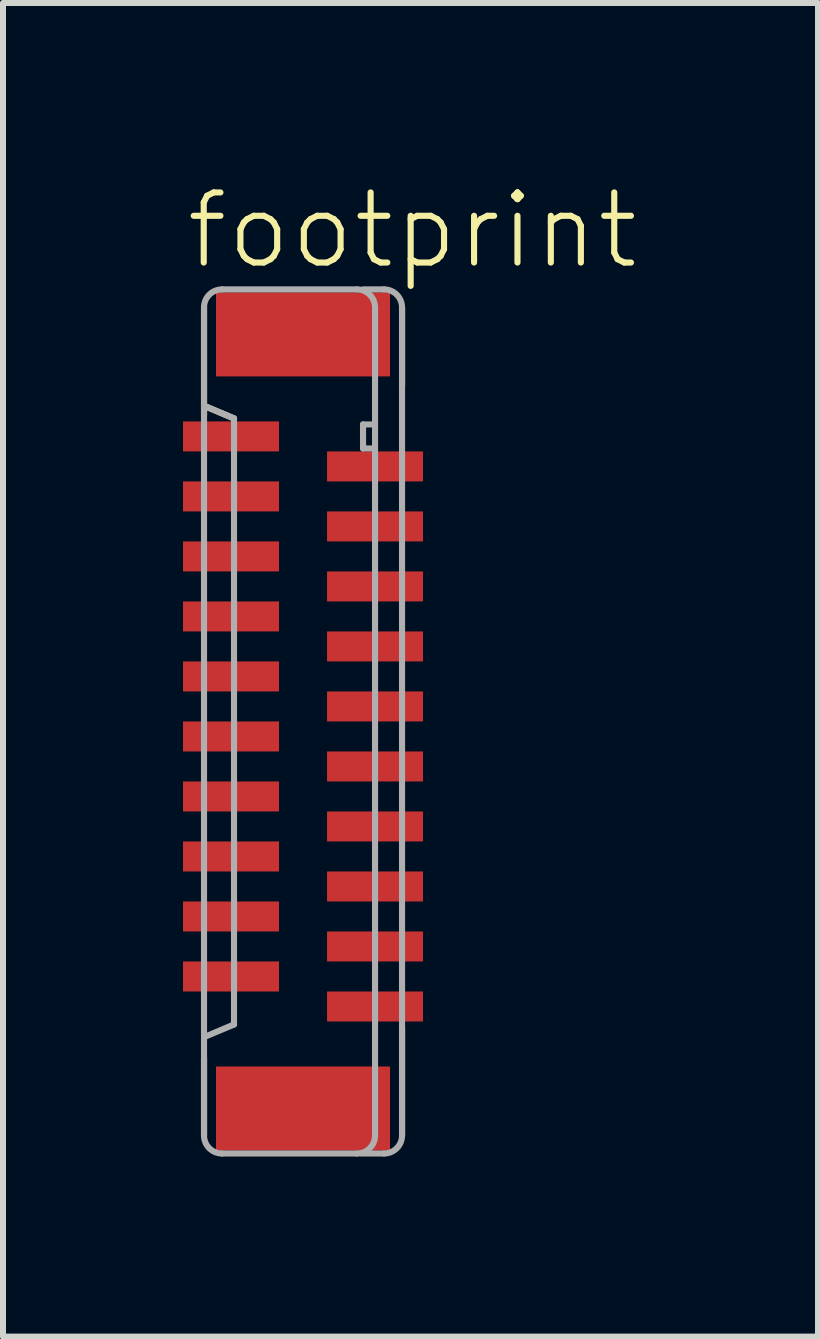
<source format=kicad_pcb>
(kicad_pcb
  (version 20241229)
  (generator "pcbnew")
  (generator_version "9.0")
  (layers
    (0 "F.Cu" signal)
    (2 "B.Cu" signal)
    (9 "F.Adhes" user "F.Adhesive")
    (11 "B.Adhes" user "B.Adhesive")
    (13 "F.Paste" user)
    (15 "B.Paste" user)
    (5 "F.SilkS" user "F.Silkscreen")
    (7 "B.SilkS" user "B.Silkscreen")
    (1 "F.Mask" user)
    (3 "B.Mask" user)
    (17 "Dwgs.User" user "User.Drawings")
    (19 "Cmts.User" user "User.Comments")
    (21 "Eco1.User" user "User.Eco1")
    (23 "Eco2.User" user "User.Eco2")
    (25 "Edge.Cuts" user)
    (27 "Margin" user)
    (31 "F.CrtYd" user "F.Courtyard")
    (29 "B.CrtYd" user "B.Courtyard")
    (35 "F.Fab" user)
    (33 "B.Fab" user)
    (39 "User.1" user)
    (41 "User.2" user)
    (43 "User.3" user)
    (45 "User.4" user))
  (footprint "footprint"
    (layer "F.Cu")
    (at 2 8.973)
    (property "Reference" "footprint" (at -2 -7.5 0) (layer "F.SilkS") (effects (font (size 1.168 1.168) (thickness 0.102)) (justify left bottom)))
    (fp_line (start -1.65 -6.9) (end -1.65 -5.1) (stroke (width 0.102) (type solid)) (layer "F.SilkS"))
    (fp_line (start -1.65 5.6) (end -1.65 6.9) (stroke (width 0.102) (type solid)) (layer "F.SilkS"))
    (fp_line (start -1.625 -5.25) (end -1.15 -5.05) (stroke (width 0.102) (type solid)) (layer "F.SilkS"))
    (fp_line (start 1.65 -5.6) (end 1.65 -6.9) (stroke (width 0.102) (type solid)) (layer "F.SilkS"))
    (fp_line (start 1.65 6.9) (end 1.65 5.1) (stroke (width 0.102) (type solid)) (layer "F.SilkS"))
    (fp_line (start -1.65 -6.9) (end -1.65 6.9) (stroke (width 0.102) (type solid)) (layer "F.Fab"))
    (fp_line (start -1.625 -5.25) (end -1.15 -5.05) (stroke (width 0.102) (type solid)) (layer "F.Fab"))
    (fp_line (start -1.35 7.2) (end 0.9 7.2) (stroke (width 0.102) (type solid)) (layer "F.Fab"))
    (fp_line (start -1.15 -5.05) (end -1.15 5.05) (stroke (width 0.102) (type solid)) (layer "F.Fab"))
    (fp_line (start -1.15 5.05) (end -1.625 5.25) (stroke (width 0.102) (type solid)) (layer "F.Fab"))
    (fp_line (start 0.9 -7.2) (end -1.35 -7.2) (stroke (width 0.102) (type solid)) (layer "F.Fab"))
    (fp_line (start 0.975 7.2) (end 1.35 7.2) (stroke (width 0.102) (type solid)) (layer "F.Fab"))
    (fp_line (start 1 -7.2) (end 1.35 -7.2) (stroke (width 0.102) (type solid)) (layer "F.Fab"))
    (fp_line (start 1 -4.95) (end 1 -4.55) (stroke (width 0.102) (type solid)) (layer "F.Fab"))
    (fp_line (start 1 -4.55) (end 1.15 -4.55) (stroke (width 0.102) (type solid)) (layer "F.Fab"))
    (fp_line (start 1.15 -4.95) (end 1 -4.95) (stroke (width 0.102) (type solid)) (layer "F.Fab"))
    (fp_line (start 1.2 6.9) (end 1.2 -6.9) (stroke (width 0.102) (type solid)) (layer "F.Fab"))
    (fp_line (start 1.65 6.9) (end 1.65 -6.9) (stroke (width 0.102) (type solid)) (layer "F.Fab"))
    (fp_arc (start -1.65 -6.9) (mid -1.562132 -7.112132) (end -1.35 -7.2) (stroke (width 0.1016) (type solid)) (layer "F.Fab"))
    (fp_arc (start -1.35 7.2) (mid -1.562132 7.112132) (end -1.65 6.9) (stroke (width 0.1016) (type solid)) (layer "F.Fab"))
    (fp_arc (start 0.9 -7.2) (mid 1.112132 -7.112132) (end 1.2 -6.9) (stroke (width 0.1016) (type solid)) (layer "F.Fab"))
    (fp_arc (start 1.2 6.9) (mid 1.112132 7.112132) (end 0.9 7.2) (stroke (width 0.1016) (type solid)) (layer "F.Fab"))
    (fp_arc (start 1.35 -7.2) (mid 1.562132 -7.112132) (end 1.65 -6.9) (stroke (width 0.1016) (type solid)) (layer "F.Fab"))
    (fp_arc (start 1.65 6.9) (mid 1.562132 7.112132) (end 1.35 7.2) (stroke (width 0.1016) (type solid)) (layer "F.Fab"))
    (pad "1" smd rect (at -1.2 -4.75 270) (size 0.5 1.6) (layers "F.Cu" "F.Mask" "F.Paste"))
    (pad "2" smd rect (at 1.2 -4.25 90) (size 0.5 1.6) (layers "F.Cu" "F.Mask" "F.Paste"))
    (pad "3" smd rect (at -1.2 -3.75 270) (size 0.5 1.6) (layers "F.Cu" "F.Mask" "F.Paste"))
    (pad "4" smd rect (at 1.2 -3.25 90) (size 0.5 1.6) (layers "F.Cu" "F.Mask" "F.Paste"))
    (pad "5" smd rect (at -1.2 -2.75 270) (size 0.5 1.6) (layers "F.Cu" "F.Mask" "F.Paste"))
    (pad "6" smd rect (at 1.2 -2.25 90) (size 0.5 1.6) (layers "F.Cu" "F.Mask" "F.Paste"))
    (pad "7" smd rect (at -1.2 -1.75 270) (size 0.5 1.6) (layers "F.Cu" "F.Mask" "F.Paste"))
    (pad "8" smd rect (at 1.2 -1.25 90) (size 0.5 1.6) (layers "F.Cu" "F.Mask" "F.Paste"))
    (pad "9" smd rect (at -1.2 -0.75 270) (size 0.5 1.6) (layers "F.Cu" "F.Mask" "F.Paste"))
    (pad "10" smd rect (at 1.2 -0.25 90) (size 0.5 1.6) (layers "F.Cu" "F.Mask" "F.Paste"))
    (pad "11" smd rect (at -1.2 0.25 270) (size 0.5 1.6) (layers "F.Cu" "F.Mask" "F.Paste"))
    (pad "12" smd rect (at 1.2 0.75 90) (size 0.5 1.6) (layers "F.Cu" "F.Mask" "F.Paste"))
    (pad "13" smd rect (at -1.2 1.25 270) (size 0.5 1.6) (layers "F.Cu" "F.Mask" "F.Paste"))
    (pad "14" smd rect (at 1.2 1.75 90) (size 0.5 1.6) (layers "F.Cu" "F.Mask" "F.Paste"))
    (pad "15" smd rect (at -1.2 2.25 270) (size 0.5 1.6) (layers "F.Cu" "F.Mask" "F.Paste"))
    (pad "16" smd rect (at 1.2 2.75 90) (size 0.5 1.6) (layers "F.Cu" "F.Mask" "F.Paste"))
    (pad "17" smd rect (at -1.2 3.25 270) (size 0.5 1.6) (layers "F.Cu" "F.Mask" "F.Paste"))
    (pad "18" smd rect (at 1.2 3.75 90) (size 0.5 1.6) (layers "F.Cu" "F.Mask" "F.Paste"))
    (pad "19" smd rect (at -1.2 4.25 270) (size 0.5 1.6) (layers "F.Cu" "F.Mask" "F.Paste"))
    (pad "20" smd rect (at 1.2 4.75 90) (size 0.5 1.6) (layers "F.Cu" "F.Mask" "F.Paste"))
    (pad "M1" smd rect (at 0 -6.45 270) (size 1.4 2.9) (layers "F.Cu" "F.Mask" "F.Paste"))
    (pad "M2" smd rect (at 0 6.45 270) (size 1.4 2.9) (layers "F.Cu" "F.Mask" "F.Paste")))
  (gr_rect
    (start -3 -3)
    (end 10.582 19.224)
    (stroke (width 0.1) (type default))
    (fill no)
    (layer "Edge.Cuts")))
</source>
